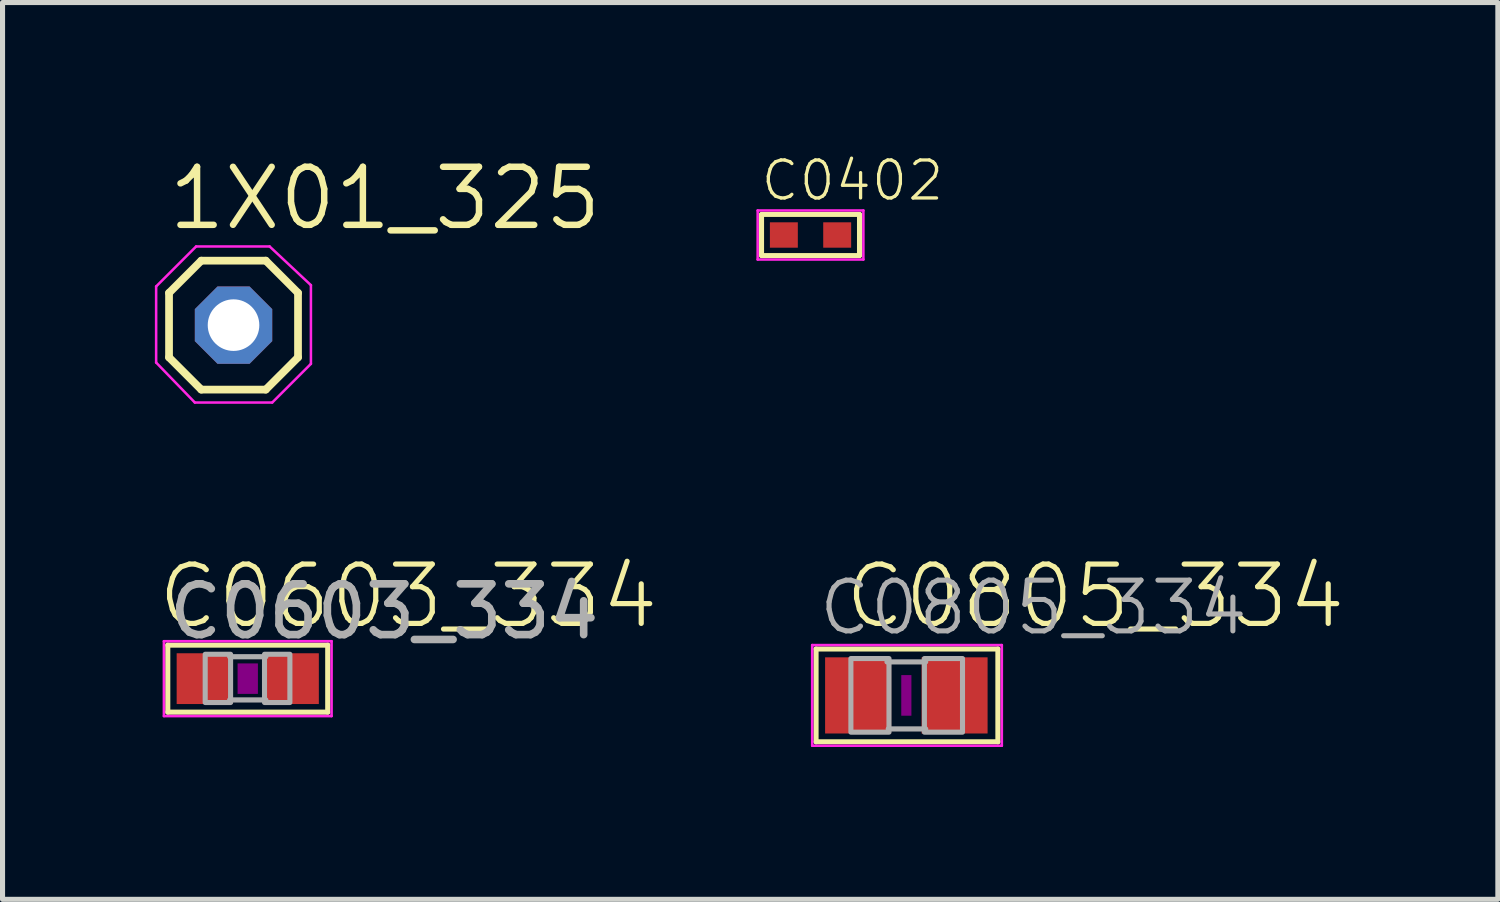
<source format=kicad_pcb>
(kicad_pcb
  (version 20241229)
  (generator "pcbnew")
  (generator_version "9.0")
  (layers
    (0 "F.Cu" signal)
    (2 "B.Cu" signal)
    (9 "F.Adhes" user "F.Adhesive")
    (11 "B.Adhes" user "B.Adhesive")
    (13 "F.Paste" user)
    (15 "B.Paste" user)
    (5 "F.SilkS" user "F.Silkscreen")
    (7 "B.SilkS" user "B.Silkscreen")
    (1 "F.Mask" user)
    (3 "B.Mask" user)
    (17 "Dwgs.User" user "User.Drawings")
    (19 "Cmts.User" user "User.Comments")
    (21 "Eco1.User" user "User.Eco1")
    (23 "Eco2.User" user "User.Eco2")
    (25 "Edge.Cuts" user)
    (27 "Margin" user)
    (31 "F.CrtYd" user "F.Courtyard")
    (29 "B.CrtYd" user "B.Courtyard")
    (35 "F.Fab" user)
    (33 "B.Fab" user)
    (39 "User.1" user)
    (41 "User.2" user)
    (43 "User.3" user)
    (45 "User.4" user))
  (footprint "C0805_334"
    (layer "F.Cu")
    (at 14.799 10.645)
    (property "Reference" "C0805_334" (at -1.27 -1.27 0) (unlocked yes) (layer "F.SilkS") (effects (font (size 1.168 1.168) (thickness 0.102)) (justify left bottom)))
    (attr smd)
    (fp_line (start -1.778 -0.914) (end -1.778 0.914) (stroke (width 0.1) (type default)) (layer "F.SilkS"))
    (fp_line (start 1.803 -0.914) (end -1.778 -0.914) (stroke (width 0.1) (type default)) (layer "F.SilkS"))
    (fp_line (start 1.803 0.914) (end -1.778 0.914) (stroke (width 0.1) (type solid)) (layer "F.SilkS"))
    (fp_line (start 1.803 0.914) (end 1.803 -0.914) (stroke (width 0.1) (type solid)) (layer "F.SilkS"))
    (fp_poly (pts (xy -0.1 0.4) (xy 0.1 0.4) (xy 0.1 -0.4) (xy -0.1 -0.4)) (stroke (width 0) (type default)) (fill yes) (layer "F.Adhes"))
    (fp_line (start -1.854 -0.991) (end 1.88 -0.991) (stroke (width 0.051) (type solid)) (layer "F.CrtYd"))
    (fp_line (start -1.854 0.991) (end -1.854 -0.991) (stroke (width 0.051) (type solid)) (layer "F.CrtYd"))
    (fp_line (start 1.88 -0.991) (end 1.88 0.991) (stroke (width 0.051) (type solid)) (layer "F.CrtYd"))
    (fp_line (start 1.88 0.991) (end -1.854 0.991) (stroke (width 0.051) (type solid)) (layer "F.CrtYd"))
    (fp_line (start -0.381 -0.66) (end 0.381 -0.66) (stroke (width 0.102) (type solid)) (layer "F.Fab"))
    (fp_line (start -0.356 0.66) (end 0.381 0.66) (stroke (width 0.102) (type solid)) (layer "F.Fab"))
    (fp_poly (pts (xy -1.092 0.724) (xy -0.342 0.724) (xy -0.342 -0.726) (xy -1.092 -0.726)) (stroke (width 0.1) (type default)) (fill no) (layer "F.Fab"))
    (fp_poly (pts (xy 0.356 0.724) (xy 1.106 0.724) (xy 1.106 -0.726) (xy 0.356 -0.726)) (stroke (width 0.1) (type default)) (fill no) (layer "F.Fab"))
    (fp_text user "${REFERENCE}" (at -1.778 -1.143 0) (unlocked yes) (layer "F.Fab") (effects (font (size 1 1) (thickness 0.1)) (justify left bottom)))
    (pad "1" smd rect (at -0.95 0) (size 1.3 1.5) (layers "F.Cu" "F.Mask" "F.Paste"))
    (pad "2" smd rect (at 0.95 0) (size 1.3 1.5) (layers "F.Cu" "F.Mask" "F.Paste")))
  (footprint "1X01_325"
    (layer "F.Cu")
    (at 1.549 3.353)
    (property "Reference" "1X01_325" (at -1.346 -1.829 0) (unlocked yes) (layer "F.SilkS") (effects (font (size 1.143 1.143) (thickness 0.127)) (justify left bottom)))
    (fp_line (start -1.27 -0.635) (end -1.27 0.635) (stroke (width 0.152) (type solid)) (layer "F.SilkS"))
    (fp_line (start -1.27 0.635) (end -0.635 1.27) (stroke (width 0.152) (type solid)) (layer "F.SilkS"))
    (fp_line (start -0.635 -1.27) (end -1.27 -0.635) (stroke (width 0.152) (type solid)) (layer "F.SilkS"))
    (fp_line (start -0.635 -1.27) (end 0.635 -1.27) (stroke (width 0.152) (type solid)) (layer "F.SilkS"))
    (fp_line (start 0.635 -1.27) (end 1.27 -0.635) (stroke (width 0.152) (type solid)) (layer "F.SilkS"))
    (fp_line (start 0.635 1.27) (end -0.635 1.27) (stroke (width 0.152) (type solid)) (layer "F.SilkS"))
    (fp_line (start 1.27 -0.635) (end 1.27 0.635) (stroke (width 0.152) (type solid)) (layer "F.SilkS"))
    (fp_line (start 1.27 0.635) (end 0.635 1.27) (stroke (width 0.152) (type solid)) (layer "F.SilkS"))
    (fp_line (start -1.524 -0.762) (end -0.737 -1.549) (stroke (width 0.05) (type default)) (layer "F.CrtYd"))
    (fp_line (start -1.524 0.737) (end -1.524 -0.762) (stroke (width 0.05) (type default)) (layer "F.CrtYd"))
    (fp_line (start -0.762 1.524) (end -1.524 0.737) (stroke (width 0.05) (type default)) (layer "F.CrtYd"))
    (fp_line (start -0.737 -1.549) (end 0.711 -1.549) (stroke (width 0.05) (type default)) (layer "F.CrtYd"))
    (fp_line (start 0.711 -1.549) (end 1.524 -0.787) (stroke (width 0.05) (type default)) (layer "F.CrtYd"))
    (fp_line (start 0.762 1.524) (end -0.762 1.524) (stroke (width 0.05) (type default)) (layer "F.CrtYd"))
    (fp_line (start 1.524 -0.787) (end 1.524 0.762) (stroke (width 0.05) (type default)) (layer "F.CrtYd"))
    (fp_line (start 1.524 0.762) (end 0.762 1.524) (stroke (width 0.05) (type default)) (layer "F.CrtYd"))
    (fp_poly (pts (xy -0.254 0.254) (xy 0.254 0.254) (xy 0.254 -0.254) (xy -0.254 -0.254)) (stroke (width 0.1) (type default)) (fill no) (layer "F.Fab"))
    (pad "1" thru_hole roundrect (at 0 0) (size 1.524 1.524) (drill 1.016) (layers "*.Cu" "*.Mask") (roundrect_rratio 0.25) (chamfer_ratio 0.293) (chamfer top_left top_right bottom_left bottom_right)))
  (footprint "C0402"
    (layer "F.Cu")
    (at 12.912 1.578)
    (property "Reference" "C0402" (at -1.016 -0.635 0) (unlocked yes) (layer "F.SilkS") (effects (font (size 0.748 0.748) (thickness 0.065)) (justify left bottom)))
    (attr smd)
    (fp_line (start -0.965 -0.406) (end 0.965 -0.406) (stroke (width 0.1) (type solid)) (layer "F.SilkS"))
    (fp_line (start -0.965 0.4) (end -0.965 -0.4) (stroke (width 0.1) (type solid)) (layer "F.SilkS"))
    (fp_line (start 0.965 -0.4) (end 0.965 0.4) (stroke (width 0.1) (type solid)) (layer "F.SilkS"))
    (fp_line (start 0.965 0.406) (end -0.965 0.406) (stroke (width 0.1) (type solid)) (layer "F.SilkS"))
    (fp_line (start -1.041 -0.483) (end 1.041 -0.483) (stroke (width 0.05) (type default)) (layer "F.CrtYd"))
    (fp_line (start -1.041 0.483) (end -1.041 -0.483) (stroke (width 0.05) (type default)) (layer "F.CrtYd"))
    (fp_line (start 1.041 -0.483) (end 1.041 0.483) (stroke (width 0.05) (type default)) (layer "F.CrtYd"))
    (fp_line (start 1.041 0.483) (end -1.041 0.483) (stroke (width 0.05) (type default)) (layer "F.CrtYd"))
    (pad "P$1" smd rect (at -0.525 0) (size 0.55 0.5) (layers "F.Cu" "F.Mask" "F.Paste"))
    (pad "P$2" smd rect (at 0.525 0) (size 0.55 0.5) (layers "F.Cu" "F.Mask" "F.Paste")))
  (footprint "C0603_334"
    (layer "F.Cu")
    (at 1.829 10.315)
    (property "Reference" "C0603_334" (at -1.829 -0.94 0) (unlocked yes) (layer "F.SilkS") (effects (font (size 1.168 1.168) (thickness 0.102)) (justify left bottom)))
    (attr smd)
    (fp_line (start -1.575 -0.66) (end 1.575 -0.66) (stroke (width 0.1) (type solid)) (layer "F.SilkS"))
    (fp_line (start -1.575 0.66) (end -1.575 -0.66) (stroke (width 0.1) (type solid)) (layer "F.SilkS"))
    (fp_line (start 1.575 -0.66) (end 1.575 0.66) (stroke (width 0.1) (type solid)) (layer "F.SilkS"))
    (fp_line (start 1.575 0.66) (end -1.575 0.66) (stroke (width 0.1) (type solid)) (layer "F.SilkS"))
    (fp_poly (pts (xy -0.2 0.3) (xy 0.2 0.3) (xy 0.2 -0.3) (xy -0.2 -0.3)) (stroke (width 0) (type default)) (fill yes) (layer "F.Adhes"))
    (fp_line (start -1.651 -0.737) (end 1.651 -0.737) (stroke (width 0.051) (type solid)) (layer "F.CrtYd"))
    (fp_line (start -1.651 0.737) (end -1.651 -0.737) (stroke (width 0.051) (type solid)) (layer "F.CrtYd"))
    (fp_line (start 1.651 -0.737) (end 1.651 0.737) (stroke (width 0.051) (type solid)) (layer "F.CrtYd"))
    (fp_line (start 1.651 0.737) (end -1.651 0.737) (stroke (width 0.051) (type solid)) (layer "F.CrtYd"))
    (fp_line (start -0.356 -0.432) (end 0.356 -0.432) (stroke (width 0.102) (type solid)) (layer "F.Fab"))
    (fp_line (start -0.356 0.419) (end 0.356 0.419) (stroke (width 0.102) (type solid)) (layer "F.Fab"))
    (fp_poly (pts (xy -0.838 0.47) (xy -0.338 0.47) (xy -0.338 -0.48) (xy -0.838 -0.48)) (stroke (width 0.1) (type default)) (fill no) (layer "F.Fab"))
    (fp_poly (pts (xy 0.33 0.47) (xy 0.83 0.47) (xy 0.83 -0.48) (xy 0.33 -0.48)) (stroke (width 0.1) (type default)) (fill no) (layer "F.Fab"))
    (fp_text user "${REFERENCE}" (at -1.626 -0.737 0) (unlocked yes) (layer "F.Fab") (effects (font (size 1 1) (thickness 0.15)) (justify left bottom)))
    (pad "1" smd rect (at -0.85 0) (size 1.1 1) (layers "F.Cu" "F.Mask" "F.Paste"))
    (pad "2" smd rect (at 0.85 0) (size 1.1 1) (layers "F.Cu" "F.Mask" "F.Paste")))
  (gr_rect
    (start -3 -3)
    (end 26.448 14.661)
    (stroke (width 0.1) (type default))
    (fill no)
    (layer "Edge.Cuts")))
</source>
